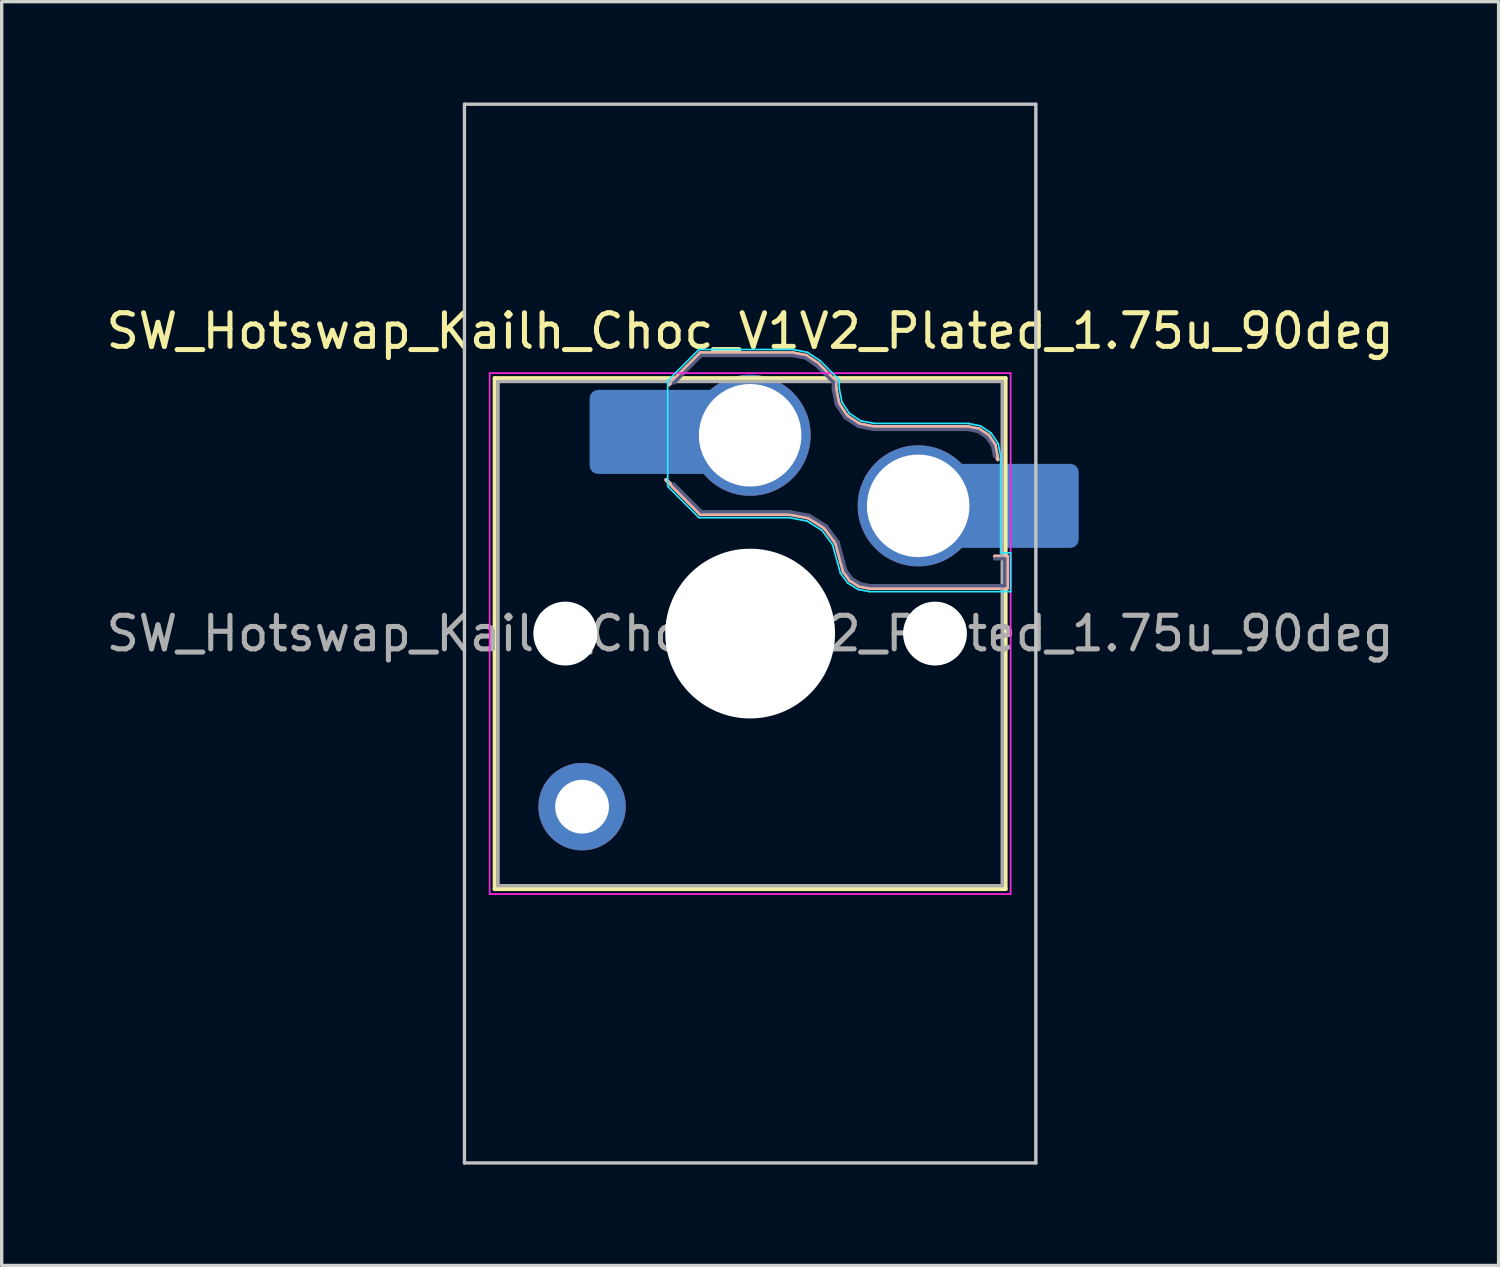
<source format=kicad_pcb>
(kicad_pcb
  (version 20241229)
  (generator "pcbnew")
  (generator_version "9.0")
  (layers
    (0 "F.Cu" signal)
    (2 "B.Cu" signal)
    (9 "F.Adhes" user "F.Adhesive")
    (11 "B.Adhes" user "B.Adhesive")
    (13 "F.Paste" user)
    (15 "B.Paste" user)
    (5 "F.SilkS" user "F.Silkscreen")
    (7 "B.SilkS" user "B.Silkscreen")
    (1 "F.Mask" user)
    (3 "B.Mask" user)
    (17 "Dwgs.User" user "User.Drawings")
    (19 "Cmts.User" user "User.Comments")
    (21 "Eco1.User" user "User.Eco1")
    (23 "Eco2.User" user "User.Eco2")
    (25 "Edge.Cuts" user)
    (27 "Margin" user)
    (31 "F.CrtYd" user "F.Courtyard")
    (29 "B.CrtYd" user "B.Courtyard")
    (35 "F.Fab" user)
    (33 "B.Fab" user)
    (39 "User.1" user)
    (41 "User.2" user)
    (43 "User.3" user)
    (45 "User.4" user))
  (footprint "SW_Hotswap_Kailh_Choc_V1V2_Plated_1.75u_90deg"
    (layer "F.Cu")
    (at 19.268 15.8)
    (property "Reference" "SW_Hotswap_Kailh_Choc_V1V2_Plated_1.75u_90deg" (at 0 -9 0) (layer "F.SilkS") (effects (font (size 1 1) (thickness 0.15))))
    (attr smd)
    (fp_line (start -7.6 -7.6) (end -7.6 7.6) (stroke (width 0.12) (type solid)) (layer "F.SilkS"))
    (fp_line (start -7.6 7.6) (end 7.6 7.6) (stroke (width 0.12) (type solid)) (layer "F.SilkS"))
    (fp_line (start 7.6 -7.6) (end -7.6 -7.6) (stroke (width 0.12) (type solid)) (layer "F.SilkS"))
    (fp_line (start 7.6 7.6) (end 7.6 -7.6) (stroke (width 0.12) (type solid)) (layer "F.SilkS"))
    (fp_line (start -2.416 -7.409) (end -1.479 -8.346) (stroke (width 0.12) (type solid)) (layer "B.SilkS"))
    (fp_line (start -1.479 -8.346) (end 1.268 -8.346) (stroke (width 0.12) (type solid)) (layer "B.SilkS"))
    (fp_line (start -1.479 -3.554) (end -2.5 -4.575) (stroke (width 0.12) (type solid)) (layer "B.SilkS"))
    (fp_line (start 1.168 -3.554) (end -1.479 -3.554) (stroke (width 0.12) (type solid)) (layer "B.SilkS"))
    (fp_line (start 1.268 -8.346) (end 1.671 -8.266) (stroke (width 0.12) (type solid)) (layer "B.SilkS"))
    (fp_line (start 1.671 -8.266) (end 2.013 -8.037) (stroke (width 0.12) (type solid)) (layer "B.SilkS"))
    (fp_line (start 1.73 -3.449) (end 1.168 -3.554) (stroke (width 0.12) (type solid)) (layer "B.SilkS"))
    (fp_line (start 2.013 -8.037) (end 2.546 -7.504) (stroke (width 0.12) (type solid)) (layer "B.SilkS"))
    (fp_line (start 2.209 -3.15) (end 1.73 -3.449) (stroke (width 0.12) (type solid)) (layer "B.SilkS"))
    (fp_line (start 2.546 -7.504) (end 2.546 -7.282) (stroke (width 0.12) (type solid)) (layer "B.SilkS"))
    (fp_line (start 2.546 -7.282) (end 2.633 -6.844) (stroke (width 0.12) (type solid)) (layer "B.SilkS"))
    (fp_line (start 2.547 -2.697) (end 2.209 -3.15) (stroke (width 0.12) (type solid)) (layer "B.SilkS"))
    (fp_line (start 2.633 -6.844) (end 2.877 -6.477) (stroke (width 0.12) (type solid)) (layer "B.SilkS"))
    (fp_line (start 2.701 -2.139) (end 2.547 -2.697) (stroke (width 0.12) (type solid)) (layer "B.SilkS"))
    (fp_line (start 2.783 -1.841) (end 2.701 -2.139) (stroke (width 0.12) (type solid)) (layer "B.SilkS"))
    (fp_line (start 2.877 -6.477) (end 3.244 -6.233) (stroke (width 0.12) (type solid)) (layer "B.SilkS"))
    (fp_line (start 2.976 -1.583) (end 2.783 -1.841) (stroke (width 0.12) (type solid)) (layer "B.SilkS"))
    (fp_line (start 3.244 -6.233) (end 3.682 -6.146) (stroke (width 0.12) (type solid)) (layer "B.SilkS"))
    (fp_line (start 3.25 -1.413) (end 2.976 -1.583) (stroke (width 0.12) (type solid)) (layer "B.SilkS"))
    (fp_line (start 3.56 -1.354) (end 3.25 -1.413) (stroke (width 0.12) (type solid)) (layer "B.SilkS"))
    (fp_line (start 3.682 -6.146) (end 6.482 -6.146) (stroke (width 0.12) (type solid)) (layer "B.SilkS"))
    (fp_line (start 6.482 -6.146) (end 6.809 -6.081) (stroke (width 0.12) (type solid)) (layer "B.SilkS"))
    (fp_line (start 6.809 -6.081) (end 7.092 -5.892) (stroke (width 0.12) (type solid)) (layer "B.SilkS"))
    (fp_line (start 7.092 -5.892) (end 7.281 -5.609) (stroke (width 0.12) (type solid)) (layer "B.SilkS"))
    (fp_line (start 7.281 -5.609) (end 7.366 -5.182) (stroke (width 0.12) (type solid)) (layer "B.SilkS"))
    (fp_line (start 7.283 -2.296) (end 7.646 -2.296) (stroke (width 0.12) (type solid)) (layer "B.SilkS"))
    (fp_line (start 7.646 -2.296) (end 7.646 -1.354) (stroke (width 0.12) (type solid)) (layer "B.SilkS"))
    (fp_line (start 7.646 -1.354) (end 3.56 -1.354) (stroke (width 0.12) (type solid)) (layer "B.SilkS"))
    (fp_line (start -8.5 -15.75) (end 8.5 -15.75) (stroke (width 0.1) (type solid)) (layer "Dwgs.User"))
    (fp_line (start -8.5 15.75) (end -8.5 -15.75) (stroke (width 0.1) (type solid)) (layer "Dwgs.User"))
    (fp_line (start 8.5 -15.75) (end 8.5 15.75) (stroke (width 0.1) (type solid)) (layer "Dwgs.User"))
    (fp_line (start 8.5 15.75) (end -8.5 15.75) (stroke (width 0.1) (type solid)) (layer "Dwgs.User"))
    (fp_line (start -7.25 -7.25) (end -7.25 7.25) (stroke (width 0.1) (type solid)) (layer "Eco1.User"))
    (fp_line (start -7.25 7.25) (end 7.25 7.25) (stroke (width 0.1) (type solid)) (layer "Eco1.User"))
    (fp_line (start 7.25 -7.25) (end -7.25 -7.25) (stroke (width 0.1) (type solid)) (layer "Eco1.User"))
    (fp_line (start 7.25 7.25) (end 7.25 -7.25) (stroke (width 0.1) (type solid)) (layer "Eco1.User"))
    (fp_line (start -2.452 -7.523) (end -1.523 -8.452) (stroke (width 0.05) (type solid)) (layer "B.CrtYd"))
    (fp_line (start -2.452 -4.377) (end -2.452 -7.523) (stroke (width 0.05) (type solid)) (layer "B.CrtYd"))
    (fp_line (start -1.523 -8.452) (end 1.278 -8.452) (stroke (width 0.05) (type solid)) (layer "B.CrtYd"))
    (fp_line (start -1.523 -3.448) (end -2.452 -4.377) (stroke (width 0.05) (type solid)) (layer "B.CrtYd"))
    (fp_line (start 1.159 -3.448) (end -1.523 -3.448) (stroke (width 0.05) (type solid)) (layer "B.CrtYd"))
    (fp_line (start 1.278 -8.452) (end 1.712 -8.366) (stroke (width 0.05) (type solid)) (layer "B.CrtYd"))
    (fp_line (start 1.691 -3.348) (end 1.159 -3.448) (stroke (width 0.05) (type solid)) (layer "B.CrtYd"))
    (fp_line (start 1.712 -8.366) (end 2.081 -8.119) (stroke (width 0.05) (type solid)) (layer "B.CrtYd"))
    (fp_line (start 2.081 -8.119) (end 2.652 -7.548) (stroke (width 0.05) (type solid)) (layer "B.CrtYd"))
    (fp_line (start 2.136 -3.071) (end 1.691 -3.348) (stroke (width 0.05) (type solid)) (layer "B.CrtYd"))
    (fp_line (start 2.45 -2.65) (end 2.136 -3.071) (stroke (width 0.05) (type solid)) (layer "B.CrtYd"))
    (fp_line (start 2.599 -2.111) (end 2.45 -2.65) (stroke (width 0.05) (type solid)) (layer "B.CrtYd"))
    (fp_line (start 2.652 -7.548) (end 2.652 -7.292) (stroke (width 0.05) (type solid)) (layer "B.CrtYd"))
    (fp_line (start 2.652 -7.292) (end 2.733 -6.885) (stroke (width 0.05) (type solid)) (layer "B.CrtYd"))
    (fp_line (start 2.687 -1.794) (end 2.599 -2.111) (stroke (width 0.05) (type solid)) (layer "B.CrtYd"))
    (fp_line (start 2.733 -6.885) (end 2.953 -6.553) (stroke (width 0.05) (type solid)) (layer "B.CrtYd"))
    (fp_line (start 2.903 -1.503) (end 2.687 -1.794) (stroke (width 0.05) (type solid)) (layer "B.CrtYd"))
    (fp_line (start 2.953 -6.553) (end 3.285 -6.333) (stroke (width 0.05) (type solid)) (layer "B.CrtYd"))
    (fp_line (start 3.211 -1.312) (end 2.903 -1.503) (stroke (width 0.05) (type solid)) (layer "B.CrtYd"))
    (fp_line (start 3.285 -6.333) (end 3.692 -6.252) (stroke (width 0.05) (type solid)) (layer "B.CrtYd"))
    (fp_line (start 3.55 -1.248) (end 3.211 -1.312) (stroke (width 0.05) (type solid)) (layer "B.CrtYd"))
    (fp_line (start 3.692 -6.252) (end 6.492 -6.252) (stroke (width 0.05) (type solid)) (layer "B.CrtYd"))
    (fp_line (start 6.492 -6.252) (end 6.85 -6.181) (stroke (width 0.05) (type solid)) (layer "B.CrtYd"))
    (fp_line (start 6.85 -6.181) (end 7.168 -5.968) (stroke (width 0.05) (type solid)) (layer "B.CrtYd"))
    (fp_line (start 7.168 -5.968) (end 7.381 -5.65) (stroke (width 0.05) (type solid)) (layer "B.CrtYd"))
    (fp_line (start 7.381 -5.65) (end 7.452 -5.292) (stroke (width 0.05) (type solid)) (layer "B.CrtYd"))
    (fp_line (start 7.452 -5.292) (end 7.452 -2.402) (stroke (width 0.05) (type solid)) (layer "B.CrtYd"))
    (fp_line (start 7.452 -2.402) (end 7.752 -2.402) (stroke (width 0.05) (type solid)) (layer "B.CrtYd"))
    (fp_line (start 7.752 -2.402) (end 7.752 -1.248) (stroke (width 0.05) (type solid)) (layer "B.CrtYd"))
    (fp_line (start 7.752 -1.248) (end 3.55 -1.248) (stroke (width 0.05) (type solid)) (layer "B.CrtYd"))
    (fp_line (start -7.75 -7.75) (end -7.75 7.75) (stroke (width 0.05) (type solid)) (layer "F.CrtYd"))
    (fp_line (start -7.75 7.75) (end 7.75 7.75) (stroke (width 0.05) (type solid)) (layer "F.CrtYd"))
    (fp_line (start 7.75 -7.75) (end -7.75 -7.75) (stroke (width 0.05) (type solid)) (layer "F.CrtYd"))
    (fp_line (start 7.75 7.75) (end 7.75 -7.75) (stroke (width 0.05) (type solid)) (layer "F.CrtYd"))
    (fp_line (start -2.275 -7.45) (end -1.45 -8.275) (stroke (width 0.1) (type solid)) (layer "B.Fab"))
    (fp_line (start -1.45 -8.275) (end 1.261 -8.275) (stroke (width 0.1) (type solid)) (layer "B.Fab"))
    (fp_line (start -1.45 -3.625) (end -2.275 -4.45) (stroke (width 0.1) (type solid)) (layer "B.Fab"))
    (fp_line (start 1.175 -3.625) (end -1.45 -3.625) (stroke (width 0.1) (type solid)) (layer "B.Fab"))
    (fp_line (start 1.261 -8.275) (end 1.643 -8.199) (stroke (width 0.1) (type solid)) (layer "B.Fab"))
    (fp_line (start 1.643 -8.199) (end 1.968 -7.982) (stroke (width 0.1) (type solid)) (layer "B.Fab"))
    (fp_line (start 1.756 -3.516) (end 1.175 -3.625) (stroke (width 0.1) (type solid)) (layer "B.Fab"))
    (fp_line (start 1.968 -7.982) (end 2.475 -7.475) (stroke (width 0.1) (type solid)) (layer "B.Fab"))
    (fp_line (start 2.258 -3.203) (end 1.756 -3.516) (stroke (width 0.1) (type solid)) (layer "B.Fab"))
    (fp_line (start 2.475 -7.475) (end 2.475 -7.275) (stroke (width 0.1) (type solid)) (layer "B.Fab"))
    (fp_line (start 2.475 -7.275) (end 2.566 -6.816) (stroke (width 0.1) (type solid)) (layer "B.Fab"))
    (fp_line (start 2.566 -6.816) (end 2.826 -6.426) (stroke (width 0.1) (type solid)) (layer "B.Fab"))
    (fp_line (start 2.612 -2.729) (end 2.258 -3.203) (stroke (width 0.1) (type solid)) (layer "B.Fab"))
    (fp_line (start 2.769 -2.158) (end 2.612 -2.729) (stroke (width 0.1) (type solid)) (layer "B.Fab"))
    (fp_line (start 2.826 -6.426) (end 3.216 -6.166) (stroke (width 0.1) (type solid)) (layer "B.Fab"))
    (fp_line (start 2.848 -1.873) (end 2.769 -2.158) (stroke (width 0.1) (type solid)) (layer "B.Fab"))
    (fp_line (start 3.025 -1.636) (end 2.848 -1.873) (stroke (width 0.1) (type solid)) (layer "B.Fab"))
    (fp_line (start 3.216 -6.166) (end 3.675 -6.075) (stroke (width 0.1) (type solid)) (layer "B.Fab"))
    (fp_line (start 3.276 -1.48) (end 3.025 -1.636) (stroke (width 0.1) (type solid)) (layer "B.Fab"))
    (fp_line (start 3.567 -1.425) (end 3.276 -1.48) (stroke (width 0.1) (type solid)) (layer "B.Fab"))
    (fp_line (start 3.675 -6.075) (end 6.475 -6.075) (stroke (width 0.1) (type solid)) (layer "B.Fab"))
    (fp_line (start 6.475 -6.075) (end 6.781 -6.014) (stroke (width 0.1) (type solid)) (layer "B.Fab"))
    (fp_line (start 6.781 -6.014) (end 7.041 -5.841) (stroke (width 0.1) (type solid)) (layer "B.Fab"))
    (fp_line (start 7.041 -5.841) (end 7.214 -5.581) (stroke (width 0.1) (type solid)) (layer "B.Fab"))
    (fp_line (start 7.214 -5.581) (end 7.275 -5.275) (stroke (width 0.1) (type solid)) (layer "B.Fab"))
    (fp_line (start 7.275 -2.225) (end 7.575 -2.225) (stroke (width 0.1) (type solid)) (layer "B.Fab"))
    (fp_line (start 7.575 -2.225) (end 7.575 -1.425) (stroke (width 0.1) (type solid)) (layer "B.Fab"))
    (fp_line (start 7.575 -1.425) (end 3.567 -1.425) (stroke (width 0.1) (type solid)) (layer "B.Fab"))
    (fp_line (start -7.5 -7.5) (end -7.5 7.5) (stroke (width 0.1) (type solid)) (layer "F.Fab"))
    (fp_line (start -7.5 7.5) (end 7.5 7.5) (stroke (width 0.1) (type solid)) (layer "F.Fab"))
    (fp_line (start 7.5 -7.5) (end -7.5 -7.5) (stroke (width 0.1) (type solid)) (layer "F.Fab"))
    (fp_line (start 7.5 7.5) (end 7.5 -7.5) (stroke (width 0.1) (type solid)) (layer "F.Fab"))
    (fp_text user "${REFERENCE}" (at 0 0 0) (layer "F.Fab") (effects (font (size 1 1) (thickness 0.15))))
    (pad "" np_thru_hole circle (at -5.5 0) (size 1.9 1.9) (drill 1.9) (layers "*.Cu" "*.Mask"))
    (pad "" smd circle (at -5 5.15) (size 1.65 1.65) (layers "F.Mask"))
    (pad "" thru_hole circle (at -5 5.15) (size 2.6 2.6) (drill 1.6) (layers "*.Cu" "B.Mask"))
    (pad "" smd roundrect (at -3.5 -6) (size 2.55 2.5) (layers "B.Mask" "B.Paste") (roundrect_rratio 0.1))
    (pad "" smd circle (at 0 -5.9) (size 3.1 3.1) (layers "F.Mask"))
    (pad "" np_thru_hole circle (at 0 0) (size 5.05 5.05) (drill 5.05) (layers "*.Cu" "*.Mask"))
    (pad "" smd circle (at 5 -3.8) (size 3.1 3.1) (layers "F.Mask"))
    (pad "" np_thru_hole circle (at 5.5 0) (size 1.9 1.9) (drill 1.9) (layers "*.Cu" "*.Mask"))
    (pad "" smd roundrect (at 8.5 -3.8) (size 2.55 2.5) (layers "B.Mask" "B.Paste") (roundrect_rratio 0.1))
    (pad "1" smd roundrect (at -2.85 -6) (size 3.85 2.5) (layers "B.Cu") (roundrect_rratio 0.1))
    (pad "1" thru_hole circle (at 0 -5.9) (size 3.6 3.6) (drill 3.05) (layers "*.Cu" "B.Mask"))
    (pad "2" thru_hole circle (at 5 -3.8) (size 3.6 3.6) (drill 3.05) (layers "*.Cu" "B.Mask"))
    (pad "2" smd roundrect (at 7.85 -3.8) (size 3.85 2.5) (layers "B.Cu") (roundrect_rratio 0.1)))
  (gr_rect
    (start -3 -3)
    (end 41.536 34.6)
    (stroke (width 0.1) (type default))
    (fill no)
    (layer "Edge.Cuts")))
</source>
